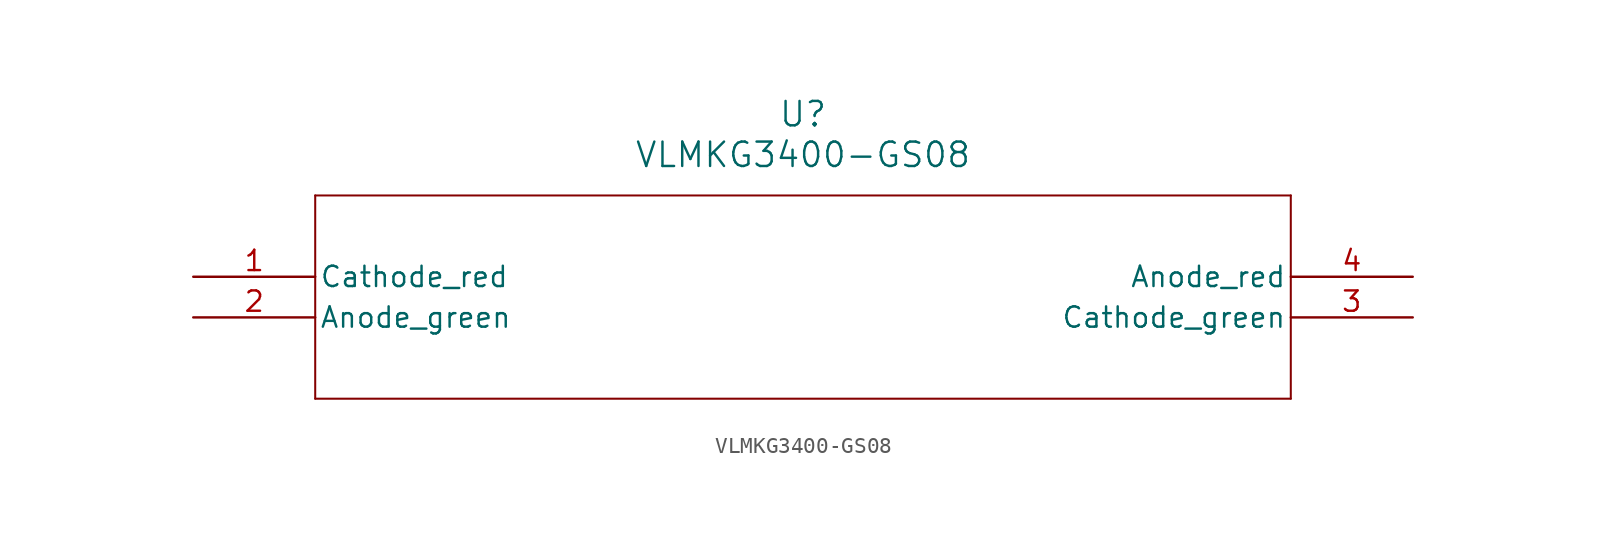
<source format=kicad_sym>
(kicad_symbol_lib
  (version 20211014)
  (generator kicad_symbol_editor)
  (symbol "VLMKG3400-GS08"
    (pin_names
      (offset 0.254))
    (property "Reference" "U"
      (at 38.1 10.16 0)
      (effects (font (size 1.524 1.524))))
    (property "Value" "VLMKG3400-GS08"
      (at 38.1 7.62 0)
      (effects (font (size 1.524 1.524))))
    (symbol "VLMKG3400-GS08_0_1"
      (polyline (pts (xy 7.62 5.08) (xy 7.62 -7.62)) (stroke (width 0.127) (type default) (color 0 0 0 0)) (fill (type none)))
      (polyline (pts (xy 7.62 -7.62) (xy 68.58 -7.62)) (stroke (width 0.127) (type default) (color 0 0 0 0)) (fill (type none)))
      (polyline (pts (xy 68.58 -7.62) (xy 68.58 5.08)) (stroke (width 0.127) (type default) (color 0 0 0 0)) (fill (type none)))
      (polyline (pts (xy 68.58 5.08) (xy 7.62 5.08)) (stroke (width 0.127) (type default) (color 0 0 0 0)) (fill (type none)))
      (pin unspecified line (at 0 0 0) (length 7.62) (name "Cathode red" (effects (font (size 1.27 1.27)))) (number "1" (effects (font (size 1.27 1.27)))))
      (pin unspecified line (at 0 -2.54 0) (length 7.62) (name "Anode green" (effects (font (size 1.27 1.27)))) (number "2" (effects (font (size 1.27 1.27)))))
      (pin unspecified line (at 76.2 -2.54 180) (length 7.62) (name "Cathode green" (effects (font (size 1.27 1.27)))) (number "3" (effects (font (size 1.27 1.27)))))
      (pin unspecified line (at 76.2 0 180) (length 7.62) (name "Anode red" (effects (font (size 1.27 1.27)))) (number "4" (effects (font (size 1.27 1.27))))))))
</source>
